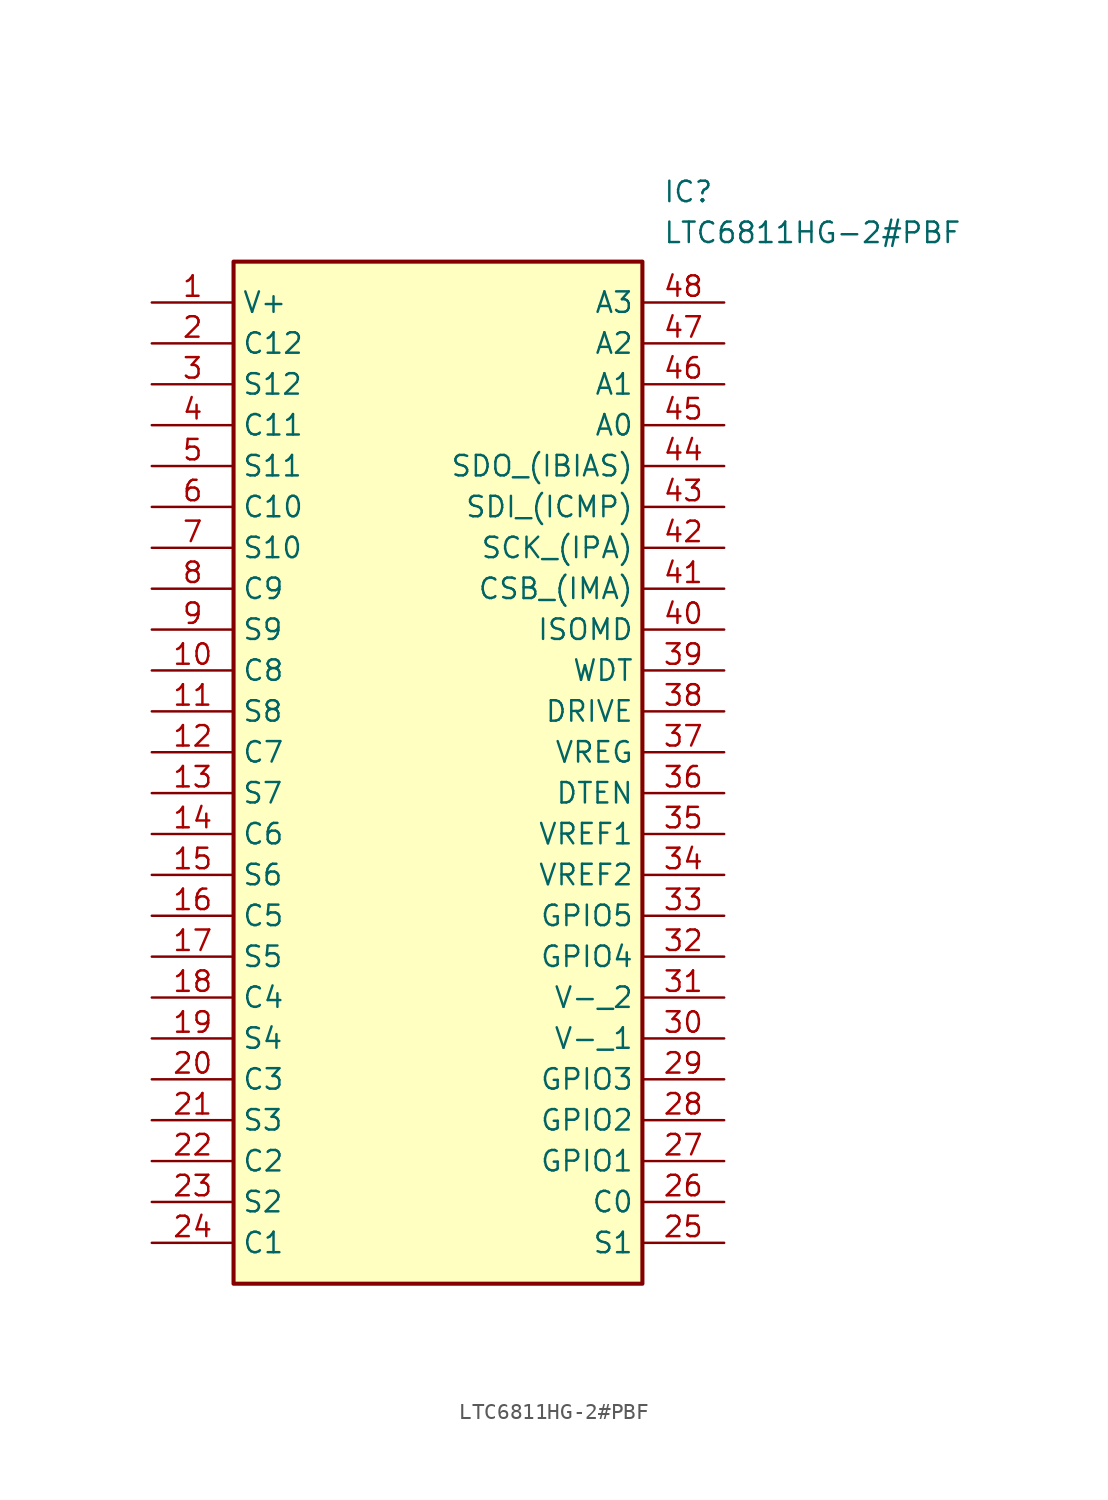
<source format=kicad_sym>
(kicad_symbol_lib
  (version 20211014)
  (generator SamacSys_ECAD_Model)
  (symbol "LTC6811HG-2#PBF"
    (property "Reference" "IC"
      (at 31.75 7.62 0)
      (effects (font (size 1.27 1.27)) (justify left top)))
    (property "Value" "LTC6811HG-2#PBF"
      (at 31.75 5.08 0)
      (effects (font (size 1.27 1.27)) (justify left top)))
    (rectangle
      (start 5.08 2.54)
      (end 30.48 -60.96)
      (stroke (width 0.254) (type default))
      (fill (type background)))
    (pin passive line
      (at 0 0 0)
      (length 5.08)
      (name "V+" (effects (font (size 1.27 1.27))))
      (number "1" (effects (font (size 1.27 1.27)))))
    (pin passive line
      (at 0 -2.54 0)
      (length 5.08)
      (name "C12" (effects (font (size 1.27 1.27))))
      (number "2" (effects (font (size 1.27 1.27)))))
    (pin passive line
      (at 0 -5.08 0)
      (length 5.08)
      (name "S12" (effects (font (size 1.27 1.27))))
      (number "3" (effects (font (size 1.27 1.27)))))
    (pin passive line
      (at 0 -7.62 0)
      (length 5.08)
      (name "C11" (effects (font (size 1.27 1.27))))
      (number "4" (effects (font (size 1.27 1.27)))))
    (pin passive line
      (at 0 -10.16 0)
      (length 5.08)
      (name "S11" (effects (font (size 1.27 1.27))))
      (number "5" (effects (font (size 1.27 1.27)))))
    (pin passive line
      (at 0 -12.7 0)
      (length 5.08)
      (name "C10" (effects (font (size 1.27 1.27))))
      (number "6" (effects (font (size 1.27 1.27)))))
    (pin passive line
      (at 0 -15.24 0)
      (length 5.08)
      (name "S10" (effects (font (size 1.27 1.27))))
      (number "7" (effects (font (size 1.27 1.27)))))
    (pin passive line
      (at 0 -17.78 0)
      (length 5.08)
      (name "C9" (effects (font (size 1.27 1.27))))
      (number "8" (effects (font (size 1.27 1.27)))))
    (pin passive line
      (at 0 -20.32 0)
      (length 5.08)
      (name "S9" (effects (font (size 1.27 1.27))))
      (number "9" (effects (font (size 1.27 1.27)))))
    (pin passive line
      (at 0 -22.86 0)
      (length 5.08)
      (name "C8" (effects (font (size 1.27 1.27))))
      (number "10" (effects (font (size 1.27 1.27)))))
    (pin passive line
      (at 0 -25.4 0)
      (length 5.08)
      (name "S8" (effects (font (size 1.27 1.27))))
      (number "11" (effects (font (size 1.27 1.27)))))
    (pin passive line
      (at 0 -27.94 0)
      (length 5.08)
      (name "C7" (effects (font (size 1.27 1.27))))
      (number "12" (effects (font (size 1.27 1.27)))))
    (pin passive line
      (at 0 -30.48 0)
      (length 5.08)
      (name "S7" (effects (font (size 1.27 1.27))))
      (number "13" (effects (font (size 1.27 1.27)))))
    (pin passive line
      (at 0 -33.02 0)
      (length 5.08)
      (name "C6" (effects (font (size 1.27 1.27))))
      (number "14" (effects (font (size 1.27 1.27)))))
    (pin passive line
      (at 0 -35.56 0)
      (length 5.08)
      (name "S6" (effects (font (size 1.27 1.27))))
      (number "15" (effects (font (size 1.27 1.27)))))
    (pin passive line
      (at 0 -38.1 0)
      (length 5.08)
      (name "C5" (effects (font (size 1.27 1.27))))
      (number "16" (effects (font (size 1.27 1.27)))))
    (pin passive line
      (at 0 -40.64 0)
      (length 5.08)
      (name "S5" (effects (font (size 1.27 1.27))))
      (number "17" (effects (font (size 1.27 1.27)))))
    (pin passive line
      (at 0 -43.18 0)
      (length 5.08)
      (name "C4" (effects (font (size 1.27 1.27))))
      (number "18" (effects (font (size 1.27 1.27)))))
    (pin passive line
      (at 0 -45.72 0)
      (length 5.08)
      (name "S4" (effects (font (size 1.27 1.27))))
      (number "19" (effects (font (size 1.27 1.27)))))
    (pin passive line
      (at 0 -48.26 0)
      (length 5.08)
      (name "C3" (effects (font (size 1.27 1.27))))
      (number "20" (effects (font (size 1.27 1.27)))))
    (pin passive line
      (at 0 -50.8 0)
      (length 5.08)
      (name "S3" (effects (font (size 1.27 1.27))))
      (number "21" (effects (font (size 1.27 1.27)))))
    (pin passive line
      (at 0 -53.34 0)
      (length 5.08)
      (name "C2" (effects (font (size 1.27 1.27))))
      (number "22" (effects (font (size 1.27 1.27)))))
    (pin passive line
      (at 0 -55.88 0)
      (length 5.08)
      (name "S2" (effects (font (size 1.27 1.27))))
      (number "23" (effects (font (size 1.27 1.27)))))
    (pin passive line
      (at 0 -58.42 0)
      (length 5.08)
      (name "C1" (effects (font (size 1.27 1.27))))
      (number "24" (effects (font (size 1.27 1.27)))))
    (pin passive line
      (at 35.56 0 180)
      (length 5.08)
      (name "A3" (effects (font (size 1.27 1.27))))
      (number "48" (effects (font (size 1.27 1.27)))))
    (pin passive line
      (at 35.56 -2.54 180)
      (length 5.08)
      (name "A2" (effects (font (size 1.27 1.27))))
      (number "47" (effects (font (size 1.27 1.27)))))
    (pin passive line
      (at 35.56 -5.08 180)
      (length 5.08)
      (name "A1" (effects (font (size 1.27 1.27))))
      (number "46" (effects (font (size 1.27 1.27)))))
    (pin passive line
      (at 35.56 -7.62 180)
      (length 5.08)
      (name "A0" (effects (font (size 1.27 1.27))))
      (number "45" (effects (font (size 1.27 1.27)))))
    (pin passive line
      (at 35.56 -10.16 180)
      (length 5.08)
      (name "SDO_(IBIAS)" (effects (font (size 1.27 1.27))))
      (number "44" (effects (font (size 1.27 1.27)))))
    (pin passive line
      (at 35.56 -12.7 180)
      (length 5.08)
      (name "SDI_(ICMP)" (effects (font (size 1.27 1.27))))
      (number "43" (effects (font (size 1.27 1.27)))))
    (pin passive line
      (at 35.56 -15.24 180)
      (length 5.08)
      (name "SCK_(IPA)" (effects (font (size 1.27 1.27))))
      (number "42" (effects (font (size 1.27 1.27)))))
    (pin passive line
      (at 35.56 -17.78 180)
      (length 5.08)
      (name "CSB_(IMA)" (effects (font (size 1.27 1.27))))
      (number "41" (effects (font (size 1.27 1.27)))))
    (pin passive line
      (at 35.56 -20.32 180)
      (length 5.08)
      (name "ISOMD" (effects (font (size 1.27 1.27))))
      (number "40" (effects (font (size 1.27 1.27)))))
    (pin passive line
      (at 35.56 -22.86 180)
      (length 5.08)
      (name "WDT" (effects (font (size 1.27 1.27))))
      (number "39" (effects (font (size 1.27 1.27)))))
    (pin passive line
      (at 35.56 -25.4 180)
      (length 5.08)
      (name "DRIVE" (effects (font (size 1.27 1.27))))
      (number "38" (effects (font (size 1.27 1.27)))))
    (pin passive line
      (at 35.56 -27.94 180)
      (length 5.08)
      (name "VREG" (effects (font (size 1.27 1.27))))
      (number "37" (effects (font (size 1.27 1.27)))))
    (pin passive line
      (at 35.56 -30.48 180)
      (length 5.08)
      (name "DTEN" (effects (font (size 1.27 1.27))))
      (number "36" (effects (font (size 1.27 1.27)))))
    (pin passive line
      (at 35.56 -33.02 180)
      (length 5.08)
      (name "VREF1" (effects (font (size 1.27 1.27))))
      (number "35" (effects (font (size 1.27 1.27)))))
    (pin passive line
      (at 35.56 -35.56 180)
      (length 5.08)
      (name "VREF2" (effects (font (size 1.27 1.27))))
      (number "34" (effects (font (size 1.27 1.27)))))
    (pin passive line
      (at 35.56 -38.1 180)
      (length 5.08)
      (name "GPIO5" (effects (font (size 1.27 1.27))))
      (number "33" (effects (font (size 1.27 1.27)))))
    (pin passive line
      (at 35.56 -40.64 180)
      (length 5.08)
      (name "GPIO4" (effects (font (size 1.27 1.27))))
      (number "32" (effects (font (size 1.27 1.27)))))
    (pin passive line
      (at 35.56 -43.18 180)
      (length 5.08)
      (name "V-_2" (effects (font (size 1.27 1.27))))
      (number "31" (effects (font (size 1.27 1.27)))))
    (pin passive line
      (at 35.56 -45.72 180)
      (length 5.08)
      (name "V-_1" (effects (font (size 1.27 1.27))))
      (number "30" (effects (font (size 1.27 1.27)))))
    (pin passive line
      (at 35.56 -48.26 180)
      (length 5.08)
      (name "GPIO3" (effects (font (size 1.27 1.27))))
      (number "29" (effects (font (size 1.27 1.27)))))
    (pin passive line
      (at 35.56 -50.8 180)
      (length 5.08)
      (name "GPIO2" (effects (font (size 1.27 1.27))))
      (number "28" (effects (font (size 1.27 1.27)))))
    (pin passive line
      (at 35.56 -53.34 180)
      (length 5.08)
      (name "GPIO1" (effects (font (size 1.27 1.27))))
      (number "27" (effects (font (size 1.27 1.27)))))
    (pin passive line
      (at 35.56 -55.88 180)
      (length 5.08)
      (name "C0" (effects (font (size 1.27 1.27))))
      (number "26" (effects (font (size 1.27 1.27)))))
    (pin passive line
      (at 35.56 -58.42 180)
      (length 5.08)
      (name "S1" (effects (font (size 1.27 1.27))))
      (number "25" (effects (font (size 1.27 1.27)))))))
</source>
